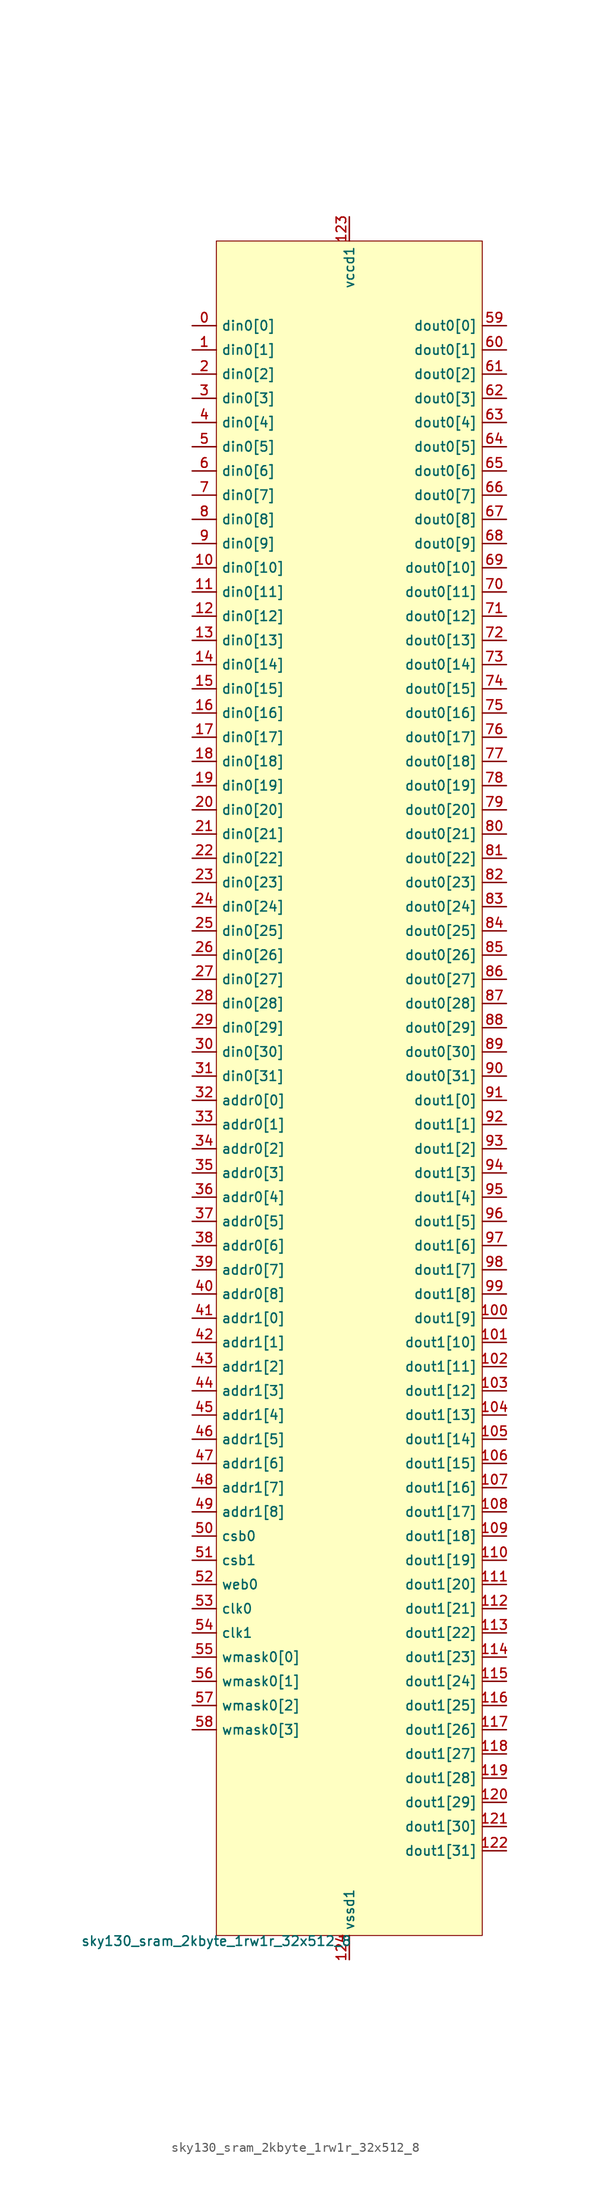
<source format=kicad_sym>
(kicad_symbol_lib
  (version 20211014)
  (generator lef2kicad_sym)
  (symbol "sky130_sram_2kbyte_1rw1r_32x512_8"
    (property "Reference" "CELL"
      (at 0 0 0)
      (effects (font (size 1 1)) hide))
    (property "Value" "sky130_sram_2kbyte_1rw1r_32x512_8"
      (at -13.97 -88.9 0)
      (effects (font (size 1 1)) (justify top)))
    (rectangle
      (start -13.97 -88.9)
      (end 13.97 88.9)
      (stroke (width 0.1) (type solid) (color 0 0 0 0))
      (fill (type background)))
    (pin input line
      (at -16.51 80.01 0)
      (length 2.54)
      (name "din0[0]" (effects (font (size 1 1)) hide))
      (number "0" (effects (font (size 1 1)) hide)))
    (pin input line
      (at -16.51 77.47 0)
      (length 2.54)
      (name "din0[1]" (effects (font (size 1 1)) hide))
      (number "1" (effects (font (size 1 1)) hide)))
    (pin input line
      (at -16.51 74.93 0)
      (length 2.54)
      (name "din0[2]" (effects (font (size 1 1)) hide))
      (number "2" (effects (font (size 1 1)) hide)))
    (pin input line
      (at -16.51 72.39 0)
      (length 2.54)
      (name "din0[3]" (effects (font (size 1 1)) hide))
      (number "3" (effects (font (size 1 1)) hide)))
    (pin input line
      (at -16.51 69.85 0)
      (length 2.54)
      (name "din0[4]" (effects (font (size 1 1)) hide))
      (number "4" (effects (font (size 1 1)) hide)))
    (pin input line
      (at -16.51 67.31 0)
      (length 2.54)
      (name "din0[5]" (effects (font (size 1 1)) hide))
      (number "5" (effects (font (size 1 1)) hide)))
    (pin input line
      (at -16.51 64.77 0)
      (length 2.54)
      (name "din0[6]" (effects (font (size 1 1)) hide))
      (number "6" (effects (font (size 1 1)) hide)))
    (pin input line
      (at -16.51 62.23 0)
      (length 2.54)
      (name "din0[7]" (effects (font (size 1 1)) hide))
      (number "7" (effects (font (size 1 1)) hide)))
    (pin input line
      (at -16.51 59.69 0)
      (length 2.54)
      (name "din0[8]" (effects (font (size 1 1)) hide))
      (number "8" (effects (font (size 1 1)) hide)))
    (pin input line
      (at -16.51 57.15 0)
      (length 2.54)
      (name "din0[9]" (effects (font (size 1 1)) hide))
      (number "9" (effects (font (size 1 1)) hide)))
    (pin input line
      (at -16.51 54.61 0)
      (length 2.54)
      (name "din0[10]" (effects (font (size 1 1)) hide))
      (number "10" (effects (font (size 1 1)) hide)))
    (pin input line
      (at -16.51 52.07 0)
      (length 2.54)
      (name "din0[11]" (effects (font (size 1 1)) hide))
      (number "11" (effects (font (size 1 1)) hide)))
    (pin input line
      (at -16.51 49.53 0)
      (length 2.54)
      (name "din0[12]" (effects (font (size 1 1)) hide))
      (number "12" (effects (font (size 1 1)) hide)))
    (pin input line
      (at -16.51 46.99 0)
      (length 2.54)
      (name "din0[13]" (effects (font (size 1 1)) hide))
      (number "13" (effects (font (size 1 1)) hide)))
    (pin input line
      (at -16.51 44.45 0)
      (length 2.54)
      (name "din0[14]" (effects (font (size 1 1)) hide))
      (number "14" (effects (font (size 1 1)) hide)))
    (pin input line
      (at -16.51 41.91 0)
      (length 2.54)
      (name "din0[15]" (effects (font (size 1 1)) hide))
      (number "15" (effects (font (size 1 1)) hide)))
    (pin input line
      (at -16.51 39.37 0)
      (length 2.54)
      (name "din0[16]" (effects (font (size 1 1)) hide))
      (number "16" (effects (font (size 1 1)) hide)))
    (pin input line
      (at -16.51 36.83 0)
      (length 2.54)
      (name "din0[17]" (effects (font (size 1 1)) hide))
      (number "17" (effects (font (size 1 1)) hide)))
    (pin input line
      (at -16.51 34.29 0)
      (length 2.54)
      (name "din0[18]" (effects (font (size 1 1)) hide))
      (number "18" (effects (font (size 1 1)) hide)))
    (pin input line
      (at -16.51 31.75 0)
      (length 2.54)
      (name "din0[19]" (effects (font (size 1 1)) hide))
      (number "19" (effects (font (size 1 1)) hide)))
    (pin input line
      (at -16.51 29.21 0)
      (length 2.54)
      (name "din0[20]" (effects (font (size 1 1)) hide))
      (number "20" (effects (font (size 1 1)) hide)))
    (pin input line
      (at -16.51 26.67 0)
      (length 2.54)
      (name "din0[21]" (effects (font (size 1 1)) hide))
      (number "21" (effects (font (size 1 1)) hide)))
    (pin input line
      (at -16.51 24.13 0)
      (length 2.54)
      (name "din0[22]" (effects (font (size 1 1)) hide))
      (number "22" (effects (font (size 1 1)) hide)))
    (pin input line
      (at -16.51 21.59 0)
      (length 2.54)
      (name "din0[23]" (effects (font (size 1 1)) hide))
      (number "23" (effects (font (size 1 1)) hide)))
    (pin input line
      (at -16.51 19.05 0)
      (length 2.54)
      (name "din0[24]" (effects (font (size 1 1)) hide))
      (number "24" (effects (font (size 1 1)) hide)))
    (pin input line
      (at -16.51 16.51 0)
      (length 2.54)
      (name "din0[25]" (effects (font (size 1 1)) hide))
      (number "25" (effects (font (size 1 1)) hide)))
    (pin input line
      (at -16.51 13.97 0)
      (length 2.54)
      (name "din0[26]" (effects (font (size 1 1)) hide))
      (number "26" (effects (font (size 1 1)) hide)))
    (pin input line
      (at -16.51 11.43 0)
      (length 2.54)
      (name "din0[27]" (effects (font (size 1 1)) hide))
      (number "27" (effects (font (size 1 1)) hide)))
    (pin input line
      (at -16.51 8.89 0)
      (length 2.54)
      (name "din0[28]" (effects (font (size 1 1)) hide))
      (number "28" (effects (font (size 1 1)) hide)))
    (pin input line
      (at -16.51 6.35 0)
      (length 2.54)
      (name "din0[29]" (effects (font (size 1 1)) hide))
      (number "29" (effects (font (size 1 1)) hide)))
    (pin input line
      (at -16.51 3.81 0)
      (length 2.54)
      (name "din0[30]" (effects (font (size 1 1)) hide))
      (number "30" (effects (font (size 1 1)) hide)))
    (pin input line
      (at -16.51 1.27 0)
      (length 2.54)
      (name "din0[31]" (effects (font (size 1 1)) hide))
      (number "31" (effects (font (size 1 1)) hide)))
    (pin input line
      (at -16.51 -1.27 0)
      (length 2.54)
      (name "addr0[0]" (effects (font (size 1 1)) hide))
      (number "32" (effects (font (size 1 1)) hide)))
    (pin input line
      (at -16.51 -3.81 0)
      (length 2.54)
      (name "addr0[1]" (effects (font (size 1 1)) hide))
      (number "33" (effects (font (size 1 1)) hide)))
    (pin input line
      (at -16.51 -6.35 0)
      (length 2.54)
      (name "addr0[2]" (effects (font (size 1 1)) hide))
      (number "34" (effects (font (size 1 1)) hide)))
    (pin input line
      (at -16.51 -8.89 0)
      (length 2.54)
      (name "addr0[3]" (effects (font (size 1 1)) hide))
      (number "35" (effects (font (size 1 1)) hide)))
    (pin input line
      (at -16.51 -11.43 0)
      (length 2.54)
      (name "addr0[4]" (effects (font (size 1 1)) hide))
      (number "36" (effects (font (size 1 1)) hide)))
    (pin input line
      (at -16.51 -13.97 0)
      (length 2.54)
      (name "addr0[5]" (effects (font (size 1 1)) hide))
      (number "37" (effects (font (size 1 1)) hide)))
    (pin input line
      (at -16.51 -16.51 0)
      (length 2.54)
      (name "addr0[6]" (effects (font (size 1 1)) hide))
      (number "38" (effects (font (size 1 1)) hide)))
    (pin input line
      (at -16.51 -19.05 0)
      (length 2.54)
      (name "addr0[7]" (effects (font (size 1 1)) hide))
      (number "39" (effects (font (size 1 1)) hide)))
    (pin input line
      (at -16.51 -21.59 0)
      (length 2.54)
      (name "addr0[8]" (effects (font (size 1 1)) hide))
      (number "40" (effects (font (size 1 1)) hide)))
    (pin input line
      (at -16.51 -24.13 0)
      (length 2.54)
      (name "addr1[0]" (effects (font (size 1 1)) hide))
      (number "41" (effects (font (size 1 1)) hide)))
    (pin input line
      (at -16.51 -26.67 0)
      (length 2.54)
      (name "addr1[1]" (effects (font (size 1 1)) hide))
      (number "42" (effects (font (size 1 1)) hide)))
    (pin input line
      (at -16.51 -29.21 0)
      (length 2.54)
      (name "addr1[2]" (effects (font (size 1 1)) hide))
      (number "43" (effects (font (size 1 1)) hide)))
    (pin input line
      (at -16.51 -31.75 0)
      (length 2.54)
      (name "addr1[3]" (effects (font (size 1 1)) hide))
      (number "44" (effects (font (size 1 1)) hide)))
    (pin input line
      (at -16.51 -34.29 0)
      (length 2.54)
      (name "addr1[4]" (effects (font (size 1 1)) hide))
      (number "45" (effects (font (size 1 1)) hide)))
    (pin input line
      (at -16.51 -36.83 0)
      (length 2.54)
      (name "addr1[5]" (effects (font (size 1 1)) hide))
      (number "46" (effects (font (size 1 1)) hide)))
    (pin input line
      (at -16.51 -39.37 0)
      (length 2.54)
      (name "addr1[6]" (effects (font (size 1 1)) hide))
      (number "47" (effects (font (size 1 1)) hide)))
    (pin input line
      (at -16.51 -41.91 0)
      (length 2.54)
      (name "addr1[7]" (effects (font (size 1 1)) hide))
      (number "48" (effects (font (size 1 1)) hide)))
    (pin input line
      (at -16.51 -44.45 0)
      (length 2.54)
      (name "addr1[8]" (effects (font (size 1 1)) hide))
      (number "49" (effects (font (size 1 1)) hide)))
    (pin input line
      (at -16.51 -46.99 0)
      (length 2.54)
      (name "csb0" (effects (font (size 1 1)) hide))
      (number "50" (effects (font (size 1 1)) hide)))
    (pin input line
      (at -16.51 -49.53 0)
      (length 2.54)
      (name "csb1" (effects (font (size 1 1)) hide))
      (number "51" (effects (font (size 1 1)) hide)))
    (pin input line
      (at -16.51 -52.07 0)
      (length 2.54)
      (name "web0" (effects (font (size 1 1)) hide))
      (number "52" (effects (font (size 1 1)) hide)))
    (pin input line
      (at -16.51 -54.61 0)
      (length 2.54)
      (name "clk0" (effects (font (size 1 1)) hide))
      (number "53" (effects (font (size 1 1)) hide)))
    (pin input line
      (at -16.51 -57.15 0)
      (length 2.54)
      (name "clk1" (effects (font (size 1 1)) hide))
      (number "54" (effects (font (size 1 1)) hide)))
    (pin input line
      (at -16.51 -59.69 0)
      (length 2.54)
      (name "wmask0[0]" (effects (font (size 1 1)) hide))
      (number "55" (effects (font (size 1 1)) hide)))
    (pin input line
      (at -16.51 -62.23 0)
      (length 2.54)
      (name "wmask0[1]" (effects (font (size 1 1)) hide))
      (number "56" (effects (font (size 1 1)) hide)))
    (pin input line
      (at -16.51 -64.77 0)
      (length 2.54)
      (name "wmask0[2]" (effects (font (size 1 1)) hide))
      (number "57" (effects (font (size 1 1)) hide)))
    (pin input line
      (at -16.51 -67.31 0)
      (length 2.54)
      (name "wmask0[3]" (effects (font (size 1 1)) hide))
      (number "58" (effects (font (size 1 1)) hide)))
    (pin output line
      (at 16.51 80.01 180)
      (length 2.54)
      (name "dout0[0]" (effects (font (size 1 1)) hide))
      (number "59" (effects (font (size 1 1)) hide)))
    (pin output line
      (at 16.51 77.47 180)
      (length 2.54)
      (name "dout0[1]" (effects (font (size 1 1)) hide))
      (number "60" (effects (font (size 1 1)) hide)))
    (pin output line
      (at 16.51 74.93 180)
      (length 2.54)
      (name "dout0[2]" (effects (font (size 1 1)) hide))
      (number "61" (effects (font (size 1 1)) hide)))
    (pin output line
      (at 16.51 72.39 180)
      (length 2.54)
      (name "dout0[3]" (effects (font (size 1 1)) hide))
      (number "62" (effects (font (size 1 1)) hide)))
    (pin output line
      (at 16.51 69.85 180)
      (length 2.54)
      (name "dout0[4]" (effects (font (size 1 1)) hide))
      (number "63" (effects (font (size 1 1)) hide)))
    (pin output line
      (at 16.51 67.31 180)
      (length 2.54)
      (name "dout0[5]" (effects (font (size 1 1)) hide))
      (number "64" (effects (font (size 1 1)) hide)))
    (pin output line
      (at 16.51 64.77 180)
      (length 2.54)
      (name "dout0[6]" (effects (font (size 1 1)) hide))
      (number "65" (effects (font (size 1 1)) hide)))
    (pin output line
      (at 16.51 62.23 180)
      (length 2.54)
      (name "dout0[7]" (effects (font (size 1 1)) hide))
      (number "66" (effects (font (size 1 1)) hide)))
    (pin output line
      (at 16.51 59.69 180)
      (length 2.54)
      (name "dout0[8]" (effects (font (size 1 1)) hide))
      (number "67" (effects (font (size 1 1)) hide)))
    (pin output line
      (at 16.51 57.15 180)
      (length 2.54)
      (name "dout0[9]" (effects (font (size 1 1)) hide))
      (number "68" (effects (font (size 1 1)) hide)))
    (pin output line
      (at 16.51 54.61 180)
      (length 2.54)
      (name "dout0[10]" (effects (font (size 1 1)) hide))
      (number "69" (effects (font (size 1 1)) hide)))
    (pin output line
      (at 16.51 52.07 180)
      (length 2.54)
      (name "dout0[11]" (effects (font (size 1 1)) hide))
      (number "70" (effects (font (size 1 1)) hide)))
    (pin output line
      (at 16.51 49.53 180)
      (length 2.54)
      (name "dout0[12]" (effects (font (size 1 1)) hide))
      (number "71" (effects (font (size 1 1)) hide)))
    (pin output line
      (at 16.51 46.99 180)
      (length 2.54)
      (name "dout0[13]" (effects (font (size 1 1)) hide))
      (number "72" (effects (font (size 1 1)) hide)))
    (pin output line
      (at 16.51 44.45 180)
      (length 2.54)
      (name "dout0[14]" (effects (font (size 1 1)) hide))
      (number "73" (effects (font (size 1 1)) hide)))
    (pin output line
      (at 16.51 41.91 180)
      (length 2.54)
      (name "dout0[15]" (effects (font (size 1 1)) hide))
      (number "74" (effects (font (size 1 1)) hide)))
    (pin output line
      (at 16.51 39.37 180)
      (length 2.54)
      (name "dout0[16]" (effects (font (size 1 1)) hide))
      (number "75" (effects (font (size 1 1)) hide)))
    (pin output line
      (at 16.51 36.83 180)
      (length 2.54)
      (name "dout0[17]" (effects (font (size 1 1)) hide))
      (number "76" (effects (font (size 1 1)) hide)))
    (pin output line
      (at 16.51 34.29 180)
      (length 2.54)
      (name "dout0[18]" (effects (font (size 1 1)) hide))
      (number "77" (effects (font (size 1 1)) hide)))
    (pin output line
      (at 16.51 31.75 180)
      (length 2.54)
      (name "dout0[19]" (effects (font (size 1 1)) hide))
      (number "78" (effects (font (size 1 1)) hide)))
    (pin output line
      (at 16.51 29.21 180)
      (length 2.54)
      (name "dout0[20]" (effects (font (size 1 1)) hide))
      (number "79" (effects (font (size 1 1)) hide)))
    (pin output line
      (at 16.51 26.67 180)
      (length 2.54)
      (name "dout0[21]" (effects (font (size 1 1)) hide))
      (number "80" (effects (font (size 1 1)) hide)))
    (pin output line
      (at 16.51 24.13 180)
      (length 2.54)
      (name "dout0[22]" (effects (font (size 1 1)) hide))
      (number "81" (effects (font (size 1 1)) hide)))
    (pin output line
      (at 16.51 21.59 180)
      (length 2.54)
      (name "dout0[23]" (effects (font (size 1 1)) hide))
      (number "82" (effects (font (size 1 1)) hide)))
    (pin output line
      (at 16.51 19.05 180)
      (length 2.54)
      (name "dout0[24]" (effects (font (size 1 1)) hide))
      (number "83" (effects (font (size 1 1)) hide)))
    (pin output line
      (at 16.51 16.51 180)
      (length 2.54)
      (name "dout0[25]" (effects (font (size 1 1)) hide))
      (number "84" (effects (font (size 1 1)) hide)))
    (pin output line
      (at 16.51 13.97 180)
      (length 2.54)
      (name "dout0[26]" (effects (font (size 1 1)) hide))
      (number "85" (effects (font (size 1 1)) hide)))
    (pin output line
      (at 16.51 11.43 180)
      (length 2.54)
      (name "dout0[27]" (effects (font (size 1 1)) hide))
      (number "86" (effects (font (size 1 1)) hide)))
    (pin output line
      (at 16.51 8.89 180)
      (length 2.54)
      (name "dout0[28]" (effects (font (size 1 1)) hide))
      (number "87" (effects (font (size 1 1)) hide)))
    (pin output line
      (at 16.51 6.35 180)
      (length 2.54)
      (name "dout0[29]" (effects (font (size 1 1)) hide))
      (number "88" (effects (font (size 1 1)) hide)))
    (pin output line
      (at 16.51 3.81 180)
      (length 2.54)
      (name "dout0[30]" (effects (font (size 1 1)) hide))
      (number "89" (effects (font (size 1 1)) hide)))
    (pin output line
      (at 16.51 1.27 180)
      (length 2.54)
      (name "dout0[31]" (effects (font (size 1 1)) hide))
      (number "90" (effects (font (size 1 1)) hide)))
    (pin output line
      (at 16.51 -1.27 180)
      (length 2.54)
      (name "dout1[0]" (effects (font (size 1 1)) hide))
      (number "91" (effects (font (size 1 1)) hide)))
    (pin output line
      (at 16.51 -3.81 180)
      (length 2.54)
      (name "dout1[1]" (effects (font (size 1 1)) hide))
      (number "92" (effects (font (size 1 1)) hide)))
    (pin output line
      (at 16.51 -6.35 180)
      (length 2.54)
      (name "dout1[2]" (effects (font (size 1 1)) hide))
      (number "93" (effects (font (size 1 1)) hide)))
    (pin output line
      (at 16.51 -8.89 180)
      (length 2.54)
      (name "dout1[3]" (effects (font (size 1 1)) hide))
      (number "94" (effects (font (size 1 1)) hide)))
    (pin output line
      (at 16.51 -11.43 180)
      (length 2.54)
      (name "dout1[4]" (effects (font (size 1 1)) hide))
      (number "95" (effects (font (size 1 1)) hide)))
    (pin output line
      (at 16.51 -13.97 180)
      (length 2.54)
      (name "dout1[5]" (effects (font (size 1 1)) hide))
      (number "96" (effects (font (size 1 1)) hide)))
    (pin output line
      (at 16.51 -16.51 180)
      (length 2.54)
      (name "dout1[6]" (effects (font (size 1 1)) hide))
      (number "97" (effects (font (size 1 1)) hide)))
    (pin output line
      (at 16.51 -19.05 180)
      (length 2.54)
      (name "dout1[7]" (effects (font (size 1 1)) hide))
      (number "98" (effects (font (size 1 1)) hide)))
    (pin output line
      (at 16.51 -21.59 180)
      (length 2.54)
      (name "dout1[8]" (effects (font (size 1 1)) hide))
      (number "99" (effects (font (size 1 1)) hide)))
    (pin output line
      (at 16.51 -24.13 180)
      (length 2.54)
      (name "dout1[9]" (effects (font (size 1 1)) hide))
      (number "100" (effects (font (size 1 1)) hide)))
    (pin output line
      (at 16.51 -26.67 180)
      (length 2.54)
      (name "dout1[10]" (effects (font (size 1 1)) hide))
      (number "101" (effects (font (size 1 1)) hide)))
    (pin output line
      (at 16.51 -29.21 180)
      (length 2.54)
      (name "dout1[11]" (effects (font (size 1 1)) hide))
      (number "102" (effects (font (size 1 1)) hide)))
    (pin output line
      (at 16.51 -31.75 180)
      (length 2.54)
      (name "dout1[12]" (effects (font (size 1 1)) hide))
      (number "103" (effects (font (size 1 1)) hide)))
    (pin output line
      (at 16.51 -34.29 180)
      (length 2.54)
      (name "dout1[13]" (effects (font (size 1 1)) hide))
      (number "104" (effects (font (size 1 1)) hide)))
    (pin output line
      (at 16.51 -36.83 180)
      (length 2.54)
      (name "dout1[14]" (effects (font (size 1 1)) hide))
      (number "105" (effects (font (size 1 1)) hide)))
    (pin output line
      (at 16.51 -39.37 180)
      (length 2.54)
      (name "dout1[15]" (effects (font (size 1 1)) hide))
      (number "106" (effects (font (size 1 1)) hide)))
    (pin output line
      (at 16.51 -41.91 180)
      (length 2.54)
      (name "dout1[16]" (effects (font (size 1 1)) hide))
      (number "107" (effects (font (size 1 1)) hide)))
    (pin output line
      (at 16.51 -44.45 180)
      (length 2.54)
      (name "dout1[17]" (effects (font (size 1 1)) hide))
      (number "108" (effects (font (size 1 1)) hide)))
    (pin output line
      (at 16.51 -46.99 180)
      (length 2.54)
      (name "dout1[18]" (effects (font (size 1 1)) hide))
      (number "109" (effects (font (size 1 1)) hide)))
    (pin output line
      (at 16.51 -49.53 180)
      (length 2.54)
      (name "dout1[19]" (effects (font (size 1 1)) hide))
      (number "110" (effects (font (size 1 1)) hide)))
    (pin output line
      (at 16.51 -52.07 180)
      (length 2.54)
      (name "dout1[20]" (effects (font (size 1 1)) hide))
      (number "111" (effects (font (size 1 1)) hide)))
    (pin output line
      (at 16.51 -54.61 180)
      (length 2.54)
      (name "dout1[21]" (effects (font (size 1 1)) hide))
      (number "112" (effects (font (size 1 1)) hide)))
    (pin output line
      (at 16.51 -57.15 180)
      (length 2.54)
      (name "dout1[22]" (effects (font (size 1 1)) hide))
      (number "113" (effects (font (size 1 1)) hide)))
    (pin output line
      (at 16.51 -59.69 180)
      (length 2.54)
      (name "dout1[23]" (effects (font (size 1 1)) hide))
      (number "114" (effects (font (size 1 1)) hide)))
    (pin output line
      (at 16.51 -62.23 180)
      (length 2.54)
      (name "dout1[24]" (effects (font (size 1 1)) hide))
      (number "115" (effects (font (size 1 1)) hide)))
    (pin output line
      (at 16.51 -64.77 180)
      (length 2.54)
      (name "dout1[25]" (effects (font (size 1 1)) hide))
      (number "116" (effects (font (size 1 1)) hide)))
    (pin output line
      (at 16.51 -67.31 180)
      (length 2.54)
      (name "dout1[26]" (effects (font (size 1 1)) hide))
      (number "117" (effects (font (size 1 1)) hide)))
    (pin output line
      (at 16.51 -69.85 180)
      (length 2.54)
      (name "dout1[27]" (effects (font (size 1 1)) hide))
      (number "118" (effects (font (size 1 1)) hide)))
    (pin output line
      (at 16.51 -72.39 180)
      (length 2.54)
      (name "dout1[28]" (effects (font (size 1 1)) hide))
      (number "119" (effects (font (size 1 1)) hide)))
    (pin output line
      (at 16.51 -74.93 180)
      (length 2.54)
      (name "dout1[29]" (effects (font (size 1 1)) hide))
      (number "120" (effects (font (size 1 1)) hide)))
    (pin output line
      (at 16.51 -77.47 180)
      (length 2.54)
      (name "dout1[30]" (effects (font (size 1 1)) hide))
      (number "121" (effects (font (size 1 1)) hide)))
    (pin output line
      (at 16.51 -80.01 180)
      (length 2.54)
      (name "dout1[31]" (effects (font (size 1 1)) hide))
      (number "122" (effects (font (size 1 1)) hide)))
    (pin power_in line
      (at 0.0 91.44 270)
      (length 2.54)
      (name "vccd1" (effects (font (size 1 1)) hide))
      (number "123" (effects (font (size 1 1)) hide)))
    (pin power_in line
      (at 0.0 -91.44 90)
      (length 2.54)
      (name "vssd1" (effects (font (size 1 1)) hide))
      (number "124" (effects (font (size 1 1)) hide)))))
</source>
